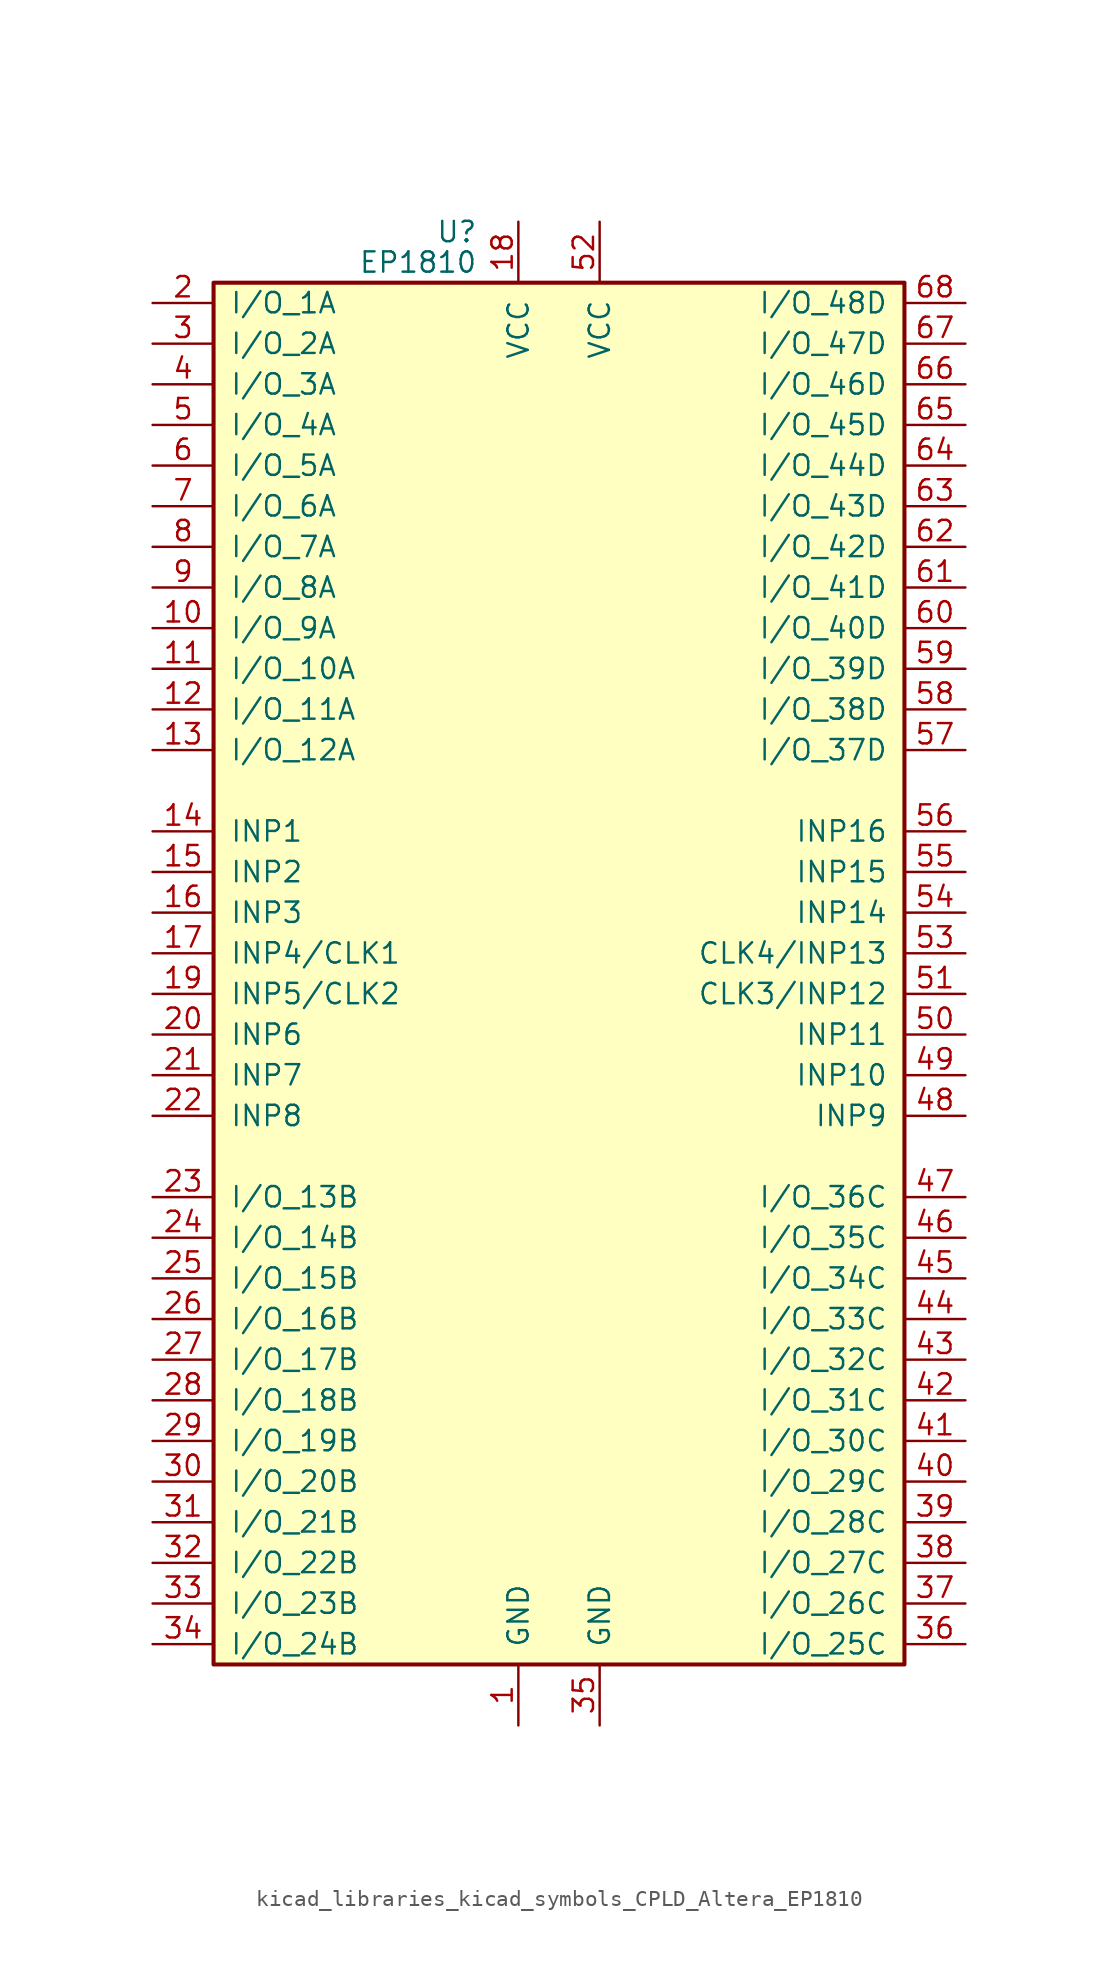
<source format=kicad_sym>
(kicad_symbol_lib
  (version 20220914)
  (generator kicad_symbol_editor)
  (symbol "kicad_libraries_kicad_symbols_CPLD_Altera_EP1810"
    (pin_names
      (offset 1.016))
    (property "Reference" "U"
      (at -5.08 47.625 0)
      (effects (font (size 1.27 1.27)) (justify right)))
    (property "Value" "EP1810"
      (at -5.08 45.72 0)
      (effects (font (size 1.27 1.27)) (justify right)))
    (symbol "kicad_libraries_kicad_symbols_CPLD_Altera_EP1810_0_1"
      (rectangle (start -21.59 -41.91) (end 21.59 44.45) (stroke (width 0.254) (type default)) (fill (type background))))
    (symbol "kicad_libraries_kicad_symbols_CPLD_Altera_EP1810_1_1"
      (pin power_in line (at -2.54 -45.72 90) (length 3.81) (name "GND" (effects (font (size 1.27 1.27)))) (number "1" (effects (font (size 1.27 1.27)))))
      (pin input line (at -25.4 22.86 0) (length 3.81) (name "I/O_9A" (effects (font (size 1.27 1.27)))) (number "10" (effects (font (size 1.27 1.27)))))
      (pin input line (at -25.4 20.32 0) (length 3.81) (name "I/O_10A" (effects (font (size 1.27 1.27)))) (number "11" (effects (font (size 1.27 1.27)))))
      (pin input line (at -25.4 17.78 0) (length 3.81) (name "I/O_11A" (effects (font (size 1.27 1.27)))) (number "12" (effects (font (size 1.27 1.27)))))
      (pin input line (at -25.4 15.24 0) (length 3.81) (name "I/O_12A" (effects (font (size 1.27 1.27)))) (number "13" (effects (font (size 1.27 1.27)))))
      (pin input line (at -25.4 10.16 0) (length 3.81) (name "INP1" (effects (font (size 1.27 1.27)))) (number "14" (effects (font (size 1.27 1.27)))))
      (pin input line (at -25.4 7.62 0) (length 3.81) (name "INP2" (effects (font (size 1.27 1.27)))) (number "15" (effects (font (size 1.27 1.27)))))
      (pin input line (at -25.4 5.08 0) (length 3.81) (name "INP3" (effects (font (size 1.27 1.27)))) (number "16" (effects (font (size 1.27 1.27)))))
      (pin input line (at -25.4 2.54 0) (length 3.81) (name "INP4/CLK1" (effects (font (size 1.27 1.27)))) (number "17" (effects (font (size 1.27 1.27)))))
      (pin power_in line (at -2.54 48.26 270) (length 3.81) (name "VCC" (effects (font (size 1.27 1.27)))) (number "18" (effects (font (size 1.27 1.27)))))
      (pin input line (at -25.4 0 0) (length 3.81) (name "INP5/CLK2" (effects (font (size 1.27 1.27)))) (number "19" (effects (font (size 1.27 1.27)))))
      (pin input line (at -25.4 43.18 0) (length 3.81) (name "I/O_1A" (effects (font (size 1.27 1.27)))) (number "2" (effects (font (size 1.27 1.27)))))
      (pin input line (at -25.4 -2.54 0) (length 3.81) (name "INP6" (effects (font (size 1.27 1.27)))) (number "20" (effects (font (size 1.27 1.27)))))
      (pin input line (at -25.4 -5.08 0) (length 3.81) (name "INP7" (effects (font (size 1.27 1.27)))) (number "21" (effects (font (size 1.27 1.27)))))
      (pin input line (at -25.4 -7.62 0) (length 3.81) (name "INP8" (effects (font (size 1.27 1.27)))) (number "22" (effects (font (size 1.27 1.27)))))
      (pin input line (at -25.4 -12.7 0) (length 3.81) (name "I/O_13B" (effects (font (size 1.27 1.27)))) (number "23" (effects (font (size 1.27 1.27)))))
      (pin input line (at -25.4 -15.24 0) (length 3.81) (name "I/O_14B" (effects (font (size 1.27 1.27)))) (number "24" (effects (font (size 1.27 1.27)))))
      (pin input line (at -25.4 -17.78 0) (length 3.81) (name "I/O_15B" (effects (font (size 1.27 1.27)))) (number "25" (effects (font (size 1.27 1.27)))))
      (pin input line (at -25.4 -20.32 0) (length 3.81) (name "I/O_16B" (effects (font (size 1.27 1.27)))) (number "26" (effects (font (size 1.27 1.27)))))
      (pin input line (at -25.4 -22.86 0) (length 3.81) (name "I/O_17B" (effects (font (size 1.27 1.27)))) (number "27" (effects (font (size 1.27 1.27)))))
      (pin input line (at -25.4 -25.4 0) (length 3.81) (name "I/O_18B" (effects (font (size 1.27 1.27)))) (number "28" (effects (font (size 1.27 1.27)))))
      (pin input line (at -25.4 -27.94 0) (length 3.81) (name "I/O_19B" (effects (font (size 1.27 1.27)))) (number "29" (effects (font (size 1.27 1.27)))))
      (pin input line (at -25.4 40.64 0) (length 3.81) (name "I/O_2A" (effects (font (size 1.27 1.27)))) (number "3" (effects (font (size 1.27 1.27)))))
      (pin input line (at -25.4 -30.48 0) (length 3.81) (name "I/O_20B" (effects (font (size 1.27 1.27)))) (number "30" (effects (font (size 1.27 1.27)))))
      (pin input line (at -25.4 -33.02 0) (length 3.81) (name "I/O_21B" (effects (font (size 1.27 1.27)))) (number "31" (effects (font (size 1.27 1.27)))))
      (pin input line (at -25.4 -35.56 0) (length 3.81) (name "I/O_22B" (effects (font (size 1.27 1.27)))) (number "32" (effects (font (size 1.27 1.27)))))
      (pin input line (at -25.4 -38.1 0) (length 3.81) (name "I/O_23B" (effects (font (size 1.27 1.27)))) (number "33" (effects (font (size 1.27 1.27)))))
      (pin input line (at -25.4 -40.64 0) (length 3.81) (name "I/O_24B" (effects (font (size 1.27 1.27)))) (number "34" (effects (font (size 1.27 1.27)))))
      (pin power_in line (at 2.54 -45.72 90) (length 3.81) (name "GND" (effects (font (size 1.27 1.27)))) (number "35" (effects (font (size 1.27 1.27)))))
      (pin input line (at 25.4 -40.64 180) (length 3.81) (name "I/O_25C" (effects (font (size 1.27 1.27)))) (number "36" (effects (font (size 1.27 1.27)))))
      (pin input line (at 25.4 -38.1 180) (length 3.81) (name "I/O_26C" (effects (font (size 1.27 1.27)))) (number "37" (effects (font (size 1.27 1.27)))))
      (pin input line (at 25.4 -35.56 180) (length 3.81) (name "I/O_27C" (effects (font (size 1.27 1.27)))) (number "38" (effects (font (size 1.27 1.27)))))
      (pin input line (at 25.4 -33.02 180) (length 3.81) (name "I/O_28C" (effects (font (size 1.27 1.27)))) (number "39" (effects (font (size 1.27 1.27)))))
      (pin input line (at -25.4 38.1 0) (length 3.81) (name "I/O_3A" (effects (font (size 1.27 1.27)))) (number "4" (effects (font (size 1.27 1.27)))))
      (pin input line (at 25.4 -30.48 180) (length 3.81) (name "I/O_29C" (effects (font (size 1.27 1.27)))) (number "40" (effects (font (size 1.27 1.27)))))
      (pin input line (at 25.4 -27.94 180) (length 3.81) (name "I/O_30C" (effects (font (size 1.27 1.27)))) (number "41" (effects (font (size 1.27 1.27)))))
      (pin input line (at 25.4 -25.4 180) (length 3.81) (name "I/O_31C" (effects (font (size 1.27 1.27)))) (number "42" (effects (font (size 1.27 1.27)))))
      (pin input line (at 25.4 -22.86 180) (length 3.81) (name "I/O_32C" (effects (font (size 1.27 1.27)))) (number "43" (effects (font (size 1.27 1.27)))))
      (pin input line (at 25.4 -20.32 180) (length 3.81) (name "I/O_33C" (effects (font (size 1.27 1.27)))) (number "44" (effects (font (size 1.27 1.27)))))
      (pin input line (at 25.4 -17.78 180) (length 3.81) (name "I/O_34C" (effects (font (size 1.27 1.27)))) (number "45" (effects (font (size 1.27 1.27)))))
      (pin input line (at 25.4 -15.24 180) (length 3.81) (name "I/O_35C" (effects (font (size 1.27 1.27)))) (number "46" (effects (font (size 1.27 1.27)))))
      (pin input line (at 25.4 -12.7 180) (length 3.81) (name "I/O_36C" (effects (font (size 1.27 1.27)))) (number "47" (effects (font (size 1.27 1.27)))))
      (pin input line (at 25.4 -7.62 180) (length 3.81) (name "INP9" (effects (font (size 1.27 1.27)))) (number "48" (effects (font (size 1.27 1.27)))))
      (pin input line (at 25.4 -5.08 180) (length 3.81) (name "INP10" (effects (font (size 1.27 1.27)))) (number "49" (effects (font (size 1.27 1.27)))))
      (pin input line (at -25.4 35.56 0) (length 3.81) (name "I/O_4A" (effects (font (size 1.27 1.27)))) (number "5" (effects (font (size 1.27 1.27)))))
      (pin input line (at 25.4 -2.54 180) (length 3.81) (name "INP11" (effects (font (size 1.27 1.27)))) (number "50" (effects (font (size 1.27 1.27)))))
      (pin input line (at 25.4 0 180) (length 3.81) (name "CLK3/INP12" (effects (font (size 1.27 1.27)))) (number "51" (effects (font (size 1.27 1.27)))))
      (pin power_in line (at 2.54 48.26 270) (length 3.81) (name "VCC" (effects (font (size 1.27 1.27)))) (number "52" (effects (font (size 1.27 1.27)))))
      (pin input line (at 25.4 2.54 180) (length 3.81) (name "CLK4/INP13" (effects (font (size 1.27 1.27)))) (number "53" (effects (font (size 1.27 1.27)))))
      (pin input line (at 25.4 5.08 180) (length 3.81) (name "INP14" (effects (font (size 1.27 1.27)))) (number "54" (effects (font (size 1.27 1.27)))))
      (pin input line (at 25.4 7.62 180) (length 3.81) (name "INP15" (effects (font (size 1.27 1.27)))) (number "55" (effects (font (size 1.27 1.27)))))
      (pin input line (at 25.4 10.16 180) (length 3.81) (name "INP16" (effects (font (size 1.27 1.27)))) (number "56" (effects (font (size 1.27 1.27)))))
      (pin input line (at 25.4 15.24 180) (length 3.81) (name "I/O_37D" (effects (font (size 1.27 1.27)))) (number "57" (effects (font (size 1.27 1.27)))))
      (pin input line (at 25.4 17.78 180) (length 3.81) (name "I/O_38D" (effects (font (size 1.27 1.27)))) (number "58" (effects (font (size 1.27 1.27)))))
      (pin input line (at 25.4 20.32 180) (length 3.81) (name "I/O_39D" (effects (font (size 1.27 1.27)))) (number "59" (effects (font (size 1.27 1.27)))))
      (pin input line (at -25.4 33.02 0) (length 3.81) (name "I/O_5A" (effects (font (size 1.27 1.27)))) (number "6" (effects (font (size 1.27 1.27)))))
      (pin input line (at 25.4 22.86 180) (length 3.81) (name "I/O_40D" (effects (font (size 1.27 1.27)))) (number "60" (effects (font (size 1.27 1.27)))))
      (pin input line (at 25.4 25.4 180) (length 3.81) (name "I/O_41D" (effects (font (size 1.27 1.27)))) (number "61" (effects (font (size 1.27 1.27)))))
      (pin input line (at 25.4 27.94 180) (length 3.81) (name "I/O_42D" (effects (font (size 1.27 1.27)))) (number "62" (effects (font (size 1.27 1.27)))))
      (pin input line (at 25.4 30.48 180) (length 3.81) (name "I/O_43D" (effects (font (size 1.27 1.27)))) (number "63" (effects (font (size 1.27 1.27)))))
      (pin input line (at 25.4 33.02 180) (length 3.81) (name "I/O_44D" (effects (font (size 1.27 1.27)))) (number "64" (effects (font (size 1.27 1.27)))))
      (pin input line (at 25.4 35.56 180) (length 3.81) (name "I/O_45D" (effects (font (size 1.27 1.27)))) (number "65" (effects (font (size 1.27 1.27)))))
      (pin input line (at 25.4 38.1 180) (length 3.81) (name "I/O_46D" (effects (font (size 1.27 1.27)))) (number "66" (effects (font (size 1.27 1.27)))))
      (pin input line (at 25.4 40.64 180) (length 3.81) (name "I/O_47D" (effects (font (size 1.27 1.27)))) (number "67" (effects (font (size 1.27 1.27)))))
      (pin input line (at 25.4 43.18 180) (length 3.81) (name "I/O_48D" (effects (font (size 1.27 1.27)))) (number "68" (effects (font (size 1.27 1.27)))))
      (pin input line (at -25.4 30.48 0) (length 3.81) (name "I/O_6A" (effects (font (size 1.27 1.27)))) (number "7" (effects (font (size 1.27 1.27)))))
      (pin input line (at -25.4 27.94 0) (length 3.81) (name "I/O_7A" (effects (font (size 1.27 1.27)))) (number "8" (effects (font (size 1.27 1.27)))))
      (pin input line (at -25.4 25.4 0) (length 3.81) (name "I/O_8A" (effects (font (size 1.27 1.27)))) (number "9" (effects (font (size 1.27 1.27))))))))
</source>
